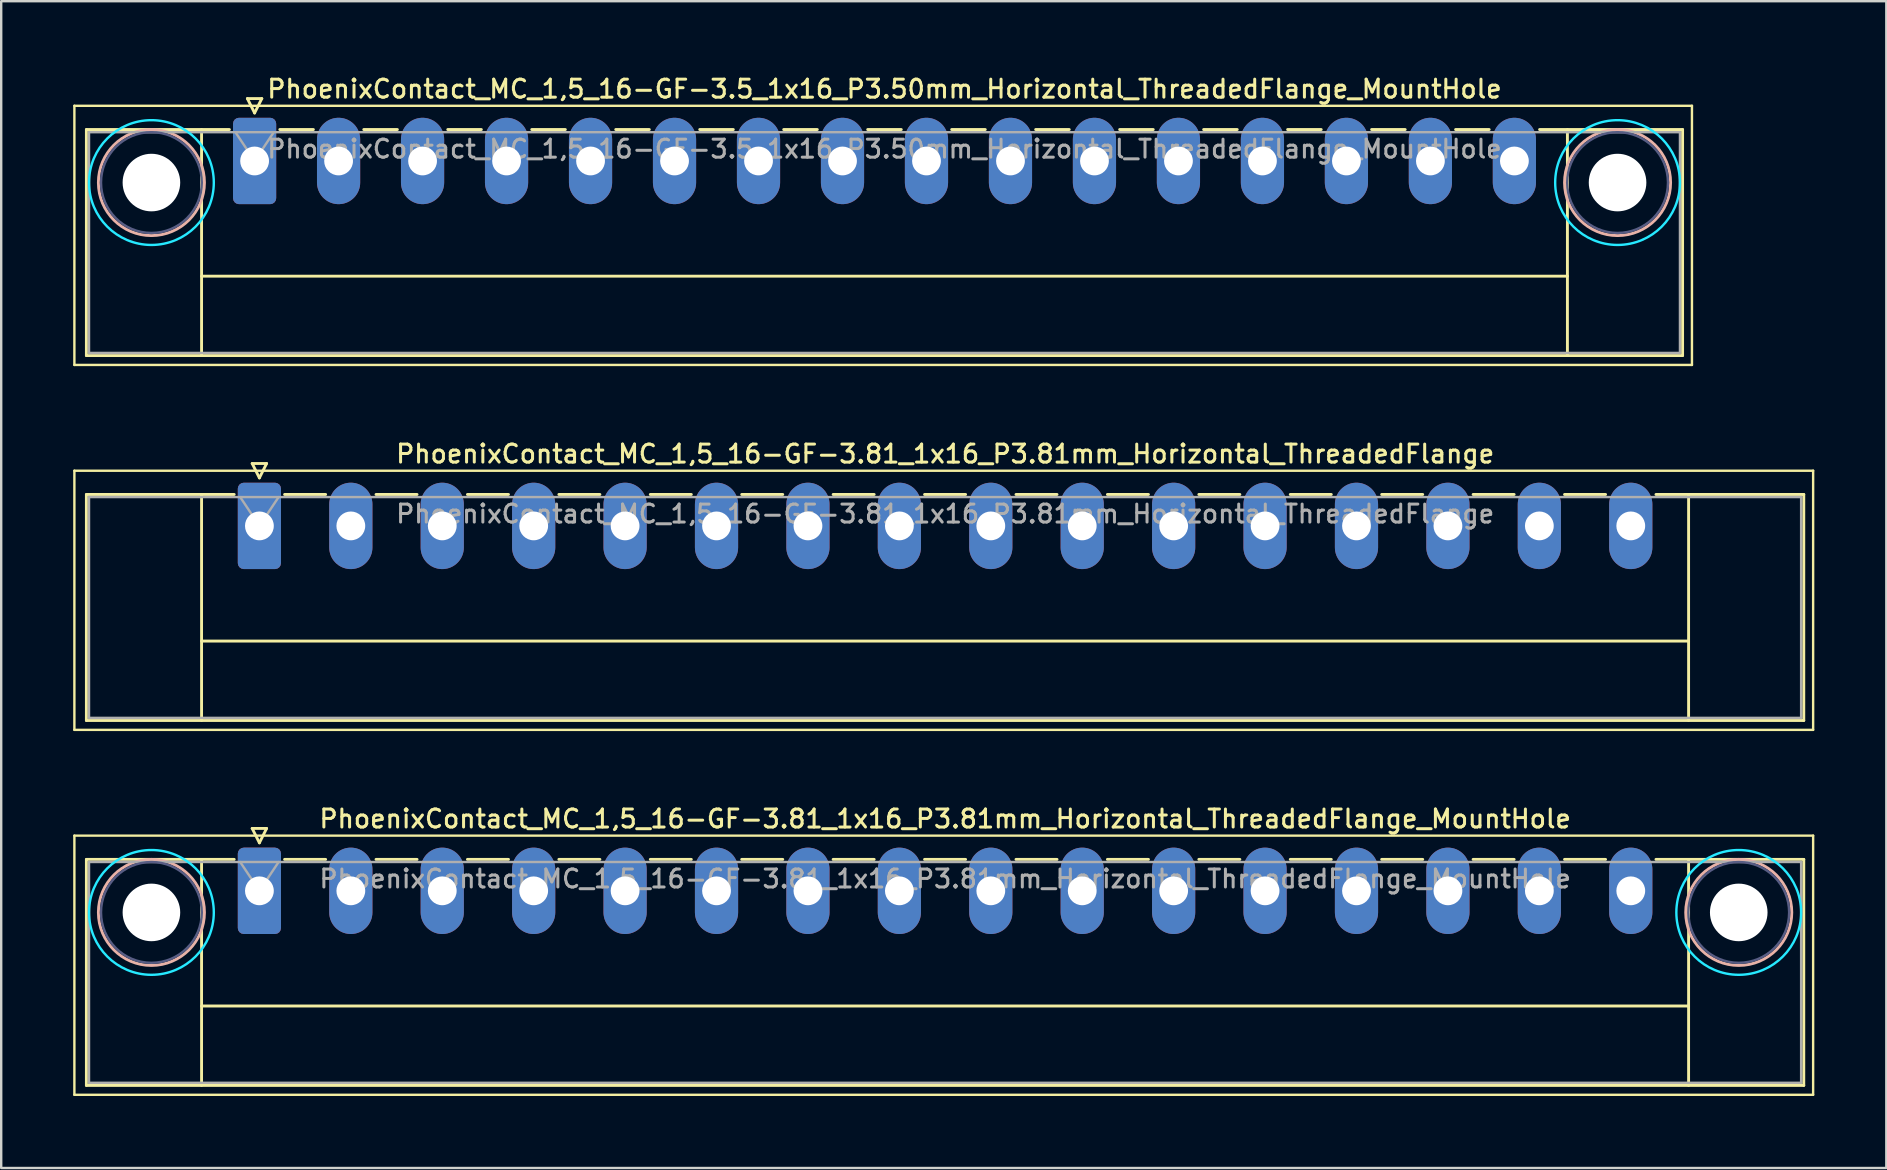
<source format=kicad_pcb>
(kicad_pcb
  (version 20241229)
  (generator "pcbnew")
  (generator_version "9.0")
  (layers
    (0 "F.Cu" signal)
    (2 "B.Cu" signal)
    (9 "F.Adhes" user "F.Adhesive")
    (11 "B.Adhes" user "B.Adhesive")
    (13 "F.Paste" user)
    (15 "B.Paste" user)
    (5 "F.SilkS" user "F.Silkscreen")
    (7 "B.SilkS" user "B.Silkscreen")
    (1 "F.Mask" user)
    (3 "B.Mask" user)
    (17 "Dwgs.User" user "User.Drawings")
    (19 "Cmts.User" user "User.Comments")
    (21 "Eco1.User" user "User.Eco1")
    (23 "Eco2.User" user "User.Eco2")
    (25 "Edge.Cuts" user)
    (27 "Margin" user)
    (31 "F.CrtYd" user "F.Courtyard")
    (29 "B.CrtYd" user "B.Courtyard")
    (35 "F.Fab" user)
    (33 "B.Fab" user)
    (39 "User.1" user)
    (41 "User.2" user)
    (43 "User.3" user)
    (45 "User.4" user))
  (footprint "PhoenixContact_MC_1,5_16-GF-3.5_1x16_P3.50mm_Horizontal_ThreadedFlange_MountHole"
    (layer "F.Cu")
    (at 7.56 3.658)
    (property "Reference" "PhoenixContact_MC_1,5_16-GF-3.5_1x16_P3.50mm_Horizontal_ThreadedFlange_MountHole" (at 26.25 -3 0) (layer "F.SilkS") (effects (font (size 0.75 0.75) (thickness 0.125))))
    (attr through_hole)
    (fp_line (start -7.51 -2.3) (end -7.51 8.5) (stroke (width 0.1) (type solid)) (layer "F.SilkS"))
    (fp_line (start -7.51 8.5) (end 59.9 8.5) (stroke (width 0.1) (type solid)) (layer "F.SilkS"))
    (fp_line (start -7.01 -1.31) (end -7.01 8.11) (stroke (width 0.12) (type solid)) (layer "F.SilkS"))
    (fp_line (start -7.01 -1.31) (end -1.05 -1.31) (stroke (width 0.12) (type solid)) (layer "F.SilkS"))
    (fp_line (start -7.01 8.11) (end 59.51 8.11) (stroke (width 0.12) (type solid)) (layer "F.SilkS"))
    (fp_line (start -2.21 -1.31) (end -2.21 8.11) (stroke (width 0.12) (type solid)) (layer "F.SilkS"))
    (fp_line (start -2.21 4.8) (end 54.71 4.8) (stroke (width 0.12) (type solid)) (layer "F.SilkS"))
    (fp_line (start -0.3 -2.6) (end 0.3 -2.6) (stroke (width 0.12) (type solid)) (layer "F.SilkS"))
    (fp_line (start 0 -2) (end -0.3 -2.6) (stroke (width 0.12) (type solid)) (layer "F.SilkS"))
    (fp_line (start 0.3 -2.6) (end 0 -2) (stroke (width 0.12) (type solid)) (layer "F.SilkS"))
    (fp_line (start 1.05 -1.31) (end 2.45 -1.31) (stroke (width 0.12) (type solid)) (layer "F.SilkS"))
    (fp_line (start 4.55 -1.31) (end 5.95 -1.31) (stroke (width 0.12) (type solid)) (layer "F.SilkS"))
    (fp_line (start 8.05 -1.31) (end 9.45 -1.31) (stroke (width 0.12) (type solid)) (layer "F.SilkS"))
    (fp_line (start 11.55 -1.31) (end 12.95 -1.31) (stroke (width 0.12) (type solid)) (layer "F.SilkS"))
    (fp_line (start 15.05 -1.31) (end 16.45 -1.31) (stroke (width 0.12) (type solid)) (layer "F.SilkS"))
    (fp_line (start 18.55 -1.31) (end 19.95 -1.31) (stroke (width 0.12) (type solid)) (layer "F.SilkS"))
    (fp_line (start 22.05 -1.31) (end 23.45 -1.31) (stroke (width 0.12) (type solid)) (layer "F.SilkS"))
    (fp_line (start 25.55 -1.31) (end 26.95 -1.31) (stroke (width 0.12) (type solid)) (layer "F.SilkS"))
    (fp_line (start 29.05 -1.31) (end 30.45 -1.31) (stroke (width 0.12) (type solid)) (layer "F.SilkS"))
    (fp_line (start 32.55 -1.31) (end 33.95 -1.31) (stroke (width 0.12) (type solid)) (layer "F.SilkS"))
    (fp_line (start 36.05 -1.31) (end 37.45 -1.31) (stroke (width 0.12) (type solid)) (layer "F.SilkS"))
    (fp_line (start 39.55 -1.31) (end 40.95 -1.31) (stroke (width 0.12) (type solid)) (layer "F.SilkS"))
    (fp_line (start 43.05 -1.31) (end 44.45 -1.31) (stroke (width 0.12) (type solid)) (layer "F.SilkS"))
    (fp_line (start 46.55 -1.31) (end 47.95 -1.31) (stroke (width 0.12) (type solid)) (layer "F.SilkS"))
    (fp_line (start 50.05 -1.31) (end 51.45 -1.31) (stroke (width 0.12) (type solid)) (layer "F.SilkS"))
    (fp_line (start 54.71 -1.31) (end 54.71 8.11) (stroke (width 0.12) (type solid)) (layer "F.SilkS"))
    (fp_line (start 59.51 -1.31) (end 53.55 -1.31) (stroke (width 0.12) (type solid)) (layer "F.SilkS"))
    (fp_line (start 59.51 8.11) (end 59.51 -1.31) (stroke (width 0.12) (type solid)) (layer "F.SilkS"))
    (fp_line (start 59.9 -2.3) (end -7.51 -2.3) (stroke (width 0.1) (type solid)) (layer "F.SilkS"))
    (fp_line (start 59.9 8.5) (end 59.9 -2.3) (stroke (width 0.1) (type solid)) (layer "F.SilkS"))
    (fp_circle (center -4.3 0.9) (end -2.09 0.9) (stroke (width 0.12) (type solid)) (fill no) (layer "B.SilkS"))
    (fp_circle (center 56.8 0.9) (end 59.01 0.9) (stroke (width 0.12) (type solid)) (fill no) (layer "B.SilkS"))
    (fp_circle (center -4.3 0.9) (end -1.7 0.9) (stroke (width 0.1) (type solid)) (fill no) (layer "B.CrtYd"))
    (fp_circle (center 56.8 0.9) (end 59.4 0.9) (stroke (width 0.1) (type solid)) (fill no) (layer "B.CrtYd"))
    (fp_circle (center -4.3 0.9) (end -2.2 0.9) (stroke (width 0.1) (type solid)) (fill no) (layer "B.Fab"))
    (fp_circle (center 56.8 0.9) (end 58.9 0.9) (stroke (width 0.1) (type solid)) (fill no) (layer "B.Fab"))
    (fp_line (start -6.9 -1.2) (end -6.9 8) (stroke (width 0.1) (type solid)) (layer "F.Fab"))
    (fp_line (start -6.9 8) (end 59.4 8) (stroke (width 0.1) (type solid)) (layer "F.Fab"))
    (fp_line (start 0 0) (end -0.8 -1.2) (stroke (width 0.1) (type solid)) (layer "F.Fab"))
    (fp_line (start 0.8 -1.2) (end 0 0) (stroke (width 0.1) (type solid)) (layer "F.Fab"))
    (fp_line (start 59.4 -1.2) (end -6.9 -1.2) (stroke (width 0.1) (type solid)) (layer "F.Fab"))
    (fp_line (start 59.4 8) (end 59.4 -1.2) (stroke (width 0.1) (type solid)) (layer "F.Fab"))
    (fp_text user "${REFERENCE}" (at 26.25 -0.5 0) (layer "F.Fab") (effects (font (size 0.75 0.75) (thickness 0.125))))
    (pad "" np_thru_hole circle (at -4.3 0.9) (size 2.4 2.4) (drill 2.4) (layers "*.Cu" "*.Mask"))
    (pad "" np_thru_hole circle (at 56.8 0.9) (size 2.4 2.4) (drill 2.4) (layers "*.Cu" "*.Mask"))
    (pad "1" thru_hole roundrect (at 0 0) (size 1.8 3.6) (drill 1.2) (layers "*.Cu" "*.Mask") (roundrect_rratio 0.139))
    (pad "2" thru_hole oval (at 3.5 0) (size 1.8 3.6) (drill 1.2) (layers "*.Cu" "*.Mask"))
    (pad "3" thru_hole oval (at 7 0) (size 1.8 3.6) (drill 1.2) (layers "*.Cu" "*.Mask"))
    (pad "4" thru_hole oval (at 10.5 0) (size 1.8 3.6) (drill 1.2) (layers "*.Cu" "*.Mask"))
    (pad "5" thru_hole oval (at 14 0) (size 1.8 3.6) (drill 1.2) (layers "*.Cu" "*.Mask"))
    (pad "6" thru_hole oval (at 17.5 0) (size 1.8 3.6) (drill 1.2) (layers "*.Cu" "*.Mask"))
    (pad "7" thru_hole oval (at 21 0) (size 1.8 3.6) (drill 1.2) (layers "*.Cu" "*.Mask"))
    (pad "8" thru_hole oval (at 24.5 0) (size 1.8 3.6) (drill 1.2) (layers "*.Cu" "*.Mask"))
    (pad "9" thru_hole oval (at 28 0) (size 1.8 3.6) (drill 1.2) (layers "*.Cu" "*.Mask"))
    (pad "10" thru_hole oval (at 31.5 0) (size 1.8 3.6) (drill 1.2) (layers "*.Cu" "*.Mask"))
    (pad "11" thru_hole oval (at 35 0) (size 1.8 3.6) (drill 1.2) (layers "*.Cu" "*.Mask"))
    (pad "12" thru_hole oval (at 38.5 0) (size 1.8 3.6) (drill 1.2) (layers "*.Cu" "*.Mask"))
    (pad "13" thru_hole oval (at 42 0) (size 1.8 3.6) (drill 1.2) (layers "*.Cu" "*.Mask"))
    (pad "14" thru_hole oval (at 45.5 0) (size 1.8 3.6) (drill 1.2) (layers "*.Cu" "*.Mask"))
    (pad "15" thru_hole oval (at 49 0) (size 1.8 3.6) (drill 1.2) (layers "*.Cu" "*.Mask"))
    (pad "16" thru_hole oval (at 52.5 0) (size 1.8 3.6) (drill 1.2) (layers "*.Cu" "*.Mask")))
  (footprint "PhoenixContact_MC_1,5_16-GF-3.81_1x16_P3.81mm_Horizontal_ThreadedFlange"
    (layer "F.Cu")
    (at 7.76 18.866)
    (property "Reference" "PhoenixContact_MC_1,5_16-GF-3.81_1x16_P3.81mm_Horizontal_ThreadedFlange" (at 28.58 -3 0) (layer "F.SilkS") (effects (font (size 0.75 0.75) (thickness 0.125))))
    (attr through_hole)
    (fp_line (start -7.71 -2.3) (end -7.71 8.5) (stroke (width 0.1) (type solid)) (layer "F.SilkS"))
    (fp_line (start -7.71 8.5) (end 64.75 8.5) (stroke (width 0.1) (type solid)) (layer "F.SilkS"))
    (fp_line (start -7.21 -1.31) (end -7.21 8.11) (stroke (width 0.12) (type solid)) (layer "F.SilkS"))
    (fp_line (start -7.21 -1.31) (end -1.05 -1.31) (stroke (width 0.12) (type solid)) (layer "F.SilkS"))
    (fp_line (start -7.21 8.11) (end 64.36 8.11) (stroke (width 0.12) (type solid)) (layer "F.SilkS"))
    (fp_line (start -2.41 -1.31) (end -2.41 8.11) (stroke (width 0.12) (type solid)) (layer "F.SilkS"))
    (fp_line (start -2.41 4.8) (end 59.56 4.8) (stroke (width 0.12) (type solid)) (layer "F.SilkS"))
    (fp_line (start -0.3 -2.6) (end 0.3 -2.6) (stroke (width 0.12) (type solid)) (layer "F.SilkS"))
    (fp_line (start 0 -2) (end -0.3 -2.6) (stroke (width 0.12) (type solid)) (layer "F.SilkS"))
    (fp_line (start 0.3 -2.6) (end 0 -2) (stroke (width 0.12) (type solid)) (layer "F.SilkS"))
    (fp_line (start 1.05 -1.31) (end 2.76 -1.31) (stroke (width 0.12) (type solid)) (layer "F.SilkS"))
    (fp_line (start 4.86 -1.31) (end 6.57 -1.31) (stroke (width 0.12) (type solid)) (layer "F.SilkS"))
    (fp_line (start 8.67 -1.31) (end 10.38 -1.31) (stroke (width 0.12) (type solid)) (layer "F.SilkS"))
    (fp_line (start 12.48 -1.31) (end 14.19 -1.31) (stroke (width 0.12) (type solid)) (layer "F.SilkS"))
    (fp_line (start 16.29 -1.31) (end 18 -1.31) (stroke (width 0.12) (type solid)) (layer "F.SilkS"))
    (fp_line (start 20.1 -1.31) (end 21.81 -1.31) (stroke (width 0.12) (type solid)) (layer "F.SilkS"))
    (fp_line (start 23.91 -1.31) (end 25.62 -1.31) (stroke (width 0.12) (type solid)) (layer "F.SilkS"))
    (fp_line (start 27.72 -1.31) (end 29.43 -1.31) (stroke (width 0.12) (type solid)) (layer "F.SilkS"))
    (fp_line (start 31.53 -1.31) (end 33.24 -1.31) (stroke (width 0.12) (type solid)) (layer "F.SilkS"))
    (fp_line (start 35.34 -1.31) (end 37.05 -1.31) (stroke (width 0.12) (type solid)) (layer "F.SilkS"))
    (fp_line (start 39.15 -1.31) (end 40.86 -1.31) (stroke (width 0.12) (type solid)) (layer "F.SilkS"))
    (fp_line (start 42.96 -1.31) (end 44.67 -1.31) (stroke (width 0.12) (type solid)) (layer "F.SilkS"))
    (fp_line (start 46.77 -1.31) (end 48.48 -1.31) (stroke (width 0.12) (type solid)) (layer "F.SilkS"))
    (fp_line (start 50.58 -1.31) (end 52.29 -1.31) (stroke (width 0.12) (type solid)) (layer "F.SilkS"))
    (fp_line (start 54.39 -1.31) (end 56.1 -1.31) (stroke (width 0.12) (type solid)) (layer "F.SilkS"))
    (fp_line (start 59.56 -1.31) (end 59.56 8.11) (stroke (width 0.12) (type solid)) (layer "F.SilkS"))
    (fp_line (start 64.36 -1.31) (end 58.2 -1.31) (stroke (width 0.12) (type solid)) (layer "F.SilkS"))
    (fp_line (start 64.36 8.11) (end 64.36 -1.31) (stroke (width 0.12) (type solid)) (layer "F.SilkS"))
    (fp_line (start 64.75 -2.3) (end -7.71 -2.3) (stroke (width 0.1) (type solid)) (layer "F.SilkS"))
    (fp_line (start 64.75 8.5) (end 64.75 -2.3) (stroke (width 0.1) (type solid)) (layer "F.SilkS"))
    (fp_line (start -7.1 -1.2) (end -7.1 8) (stroke (width 0.1) (type solid)) (layer "F.Fab"))
    (fp_line (start -7.1 8) (end 64.25 8) (stroke (width 0.1) (type solid)) (layer "F.Fab"))
    (fp_line (start 0 0) (end -0.8 -1.2) (stroke (width 0.1) (type solid)) (layer "F.Fab"))
    (fp_line (start 0.8 -1.2) (end 0 0) (stroke (width 0.1) (type solid)) (layer "F.Fab"))
    (fp_line (start 64.25 -1.2) (end -7.1 -1.2) (stroke (width 0.1) (type solid)) (layer "F.Fab"))
    (fp_line (start 64.25 8) (end 64.25 -1.2) (stroke (width 0.1) (type solid)) (layer "F.Fab"))
    (fp_text user "${REFERENCE}" (at 28.58 -0.5 0) (layer "F.Fab") (effects (font (size 0.75 0.75) (thickness 0.125))))
    (pad "1" thru_hole roundrect (at 0 0) (size 1.8 3.6) (drill 1.2) (layers "*.Cu" "*.Mask") (roundrect_rratio 0.139))
    (pad "2" thru_hole oval (at 3.81 0) (size 1.8 3.6) (drill 1.2) (layers "*.Cu" "*.Mask"))
    (pad "3" thru_hole oval (at 7.62 0) (size 1.8 3.6) (drill 1.2) (layers "*.Cu" "*.Mask"))
    (pad "4" thru_hole oval (at 11.43 0) (size 1.8 3.6) (drill 1.2) (layers "*.Cu" "*.Mask"))
    (pad "5" thru_hole oval (at 15.24 0) (size 1.8 3.6) (drill 1.2) (layers "*.Cu" "*.Mask"))
    (pad "6" thru_hole oval (at 19.05 0) (size 1.8 3.6) (drill 1.2) (layers "*.Cu" "*.Mask"))
    (pad "7" thru_hole oval (at 22.86 0) (size 1.8 3.6) (drill 1.2) (layers "*.Cu" "*.Mask"))
    (pad "8" thru_hole oval (at 26.67 0) (size 1.8 3.6) (drill 1.2) (layers "*.Cu" "*.Mask"))
    (pad "9" thru_hole oval (at 30.48 0) (size 1.8 3.6) (drill 1.2) (layers "*.Cu" "*.Mask"))
    (pad "10" thru_hole oval (at 34.29 0) (size 1.8 3.6) (drill 1.2) (layers "*.Cu" "*.Mask"))
    (pad "11" thru_hole oval (at 38.1 0) (size 1.8 3.6) (drill 1.2) (layers "*.Cu" "*.Mask"))
    (pad "12" thru_hole oval (at 41.91 0) (size 1.8 3.6) (drill 1.2) (layers "*.Cu" "*.Mask"))
    (pad "13" thru_hole oval (at 45.72 0) (size 1.8 3.6) (drill 1.2) (layers "*.Cu" "*.Mask"))
    (pad "14" thru_hole oval (at 49.53 0) (size 1.8 3.6) (drill 1.2) (layers "*.Cu" "*.Mask"))
    (pad "15" thru_hole oval (at 53.34 0) (size 1.8 3.6) (drill 1.2) (layers "*.Cu" "*.Mask"))
    (pad "16" thru_hole oval (at 57.15 0) (size 1.8 3.6) (drill 1.2) (layers "*.Cu" "*.Mask")))
  (footprint "PhoenixContact_MC_1,5_16-GF-3.81_1x16_P3.81mm_Horizontal_ThreadedFlange_MountHole"
    (layer "F.Cu")
    (at 7.76 34.074)
    (property "Reference" "PhoenixContact_MC_1,5_16-GF-3.81_1x16_P3.81mm_Horizontal_ThreadedFlange_MountHole" (at 28.58 -3 0) (layer "F.SilkS") (effects (font (size 0.75 0.75) (thickness 0.125))))
    (attr through_hole)
    (fp_line (start -7.71 -2.3) (end -7.71 8.5) (stroke (width 0.1) (type solid)) (layer "F.SilkS"))
    (fp_line (start -7.71 8.5) (end 64.75 8.5) (stroke (width 0.1) (type solid)) (layer "F.SilkS"))
    (fp_line (start -7.21 -1.31) (end -7.21 8.11) (stroke (width 0.12) (type solid)) (layer "F.SilkS"))
    (fp_line (start -7.21 -1.31) (end -1.05 -1.31) (stroke (width 0.12) (type solid)) (layer "F.SilkS"))
    (fp_line (start -7.21 8.11) (end 64.36 8.11) (stroke (width 0.12) (type solid)) (layer "F.SilkS"))
    (fp_line (start -2.41 -1.31) (end -2.41 8.11) (stroke (width 0.12) (type solid)) (layer "F.SilkS"))
    (fp_line (start -2.41 4.8) (end 59.56 4.8) (stroke (width 0.12) (type solid)) (layer "F.SilkS"))
    (fp_line (start -0.3 -2.6) (end 0.3 -2.6) (stroke (width 0.12) (type solid)) (layer "F.SilkS"))
    (fp_line (start 0 -2) (end -0.3 -2.6) (stroke (width 0.12) (type solid)) (layer "F.SilkS"))
    (fp_line (start 0.3 -2.6) (end 0 -2) (stroke (width 0.12) (type solid)) (layer "F.SilkS"))
    (fp_line (start 1.05 -1.31) (end 2.76 -1.31) (stroke (width 0.12) (type solid)) (layer "F.SilkS"))
    (fp_line (start 4.86 -1.31) (end 6.57 -1.31) (stroke (width 0.12) (type solid)) (layer "F.SilkS"))
    (fp_line (start 8.67 -1.31) (end 10.38 -1.31) (stroke (width 0.12) (type solid)) (layer "F.SilkS"))
    (fp_line (start 12.48 -1.31) (end 14.19 -1.31) (stroke (width 0.12) (type solid)) (layer "F.SilkS"))
    (fp_line (start 16.29 -1.31) (end 18 -1.31) (stroke (width 0.12) (type solid)) (layer "F.SilkS"))
    (fp_line (start 20.1 -1.31) (end 21.81 -1.31) (stroke (width 0.12) (type solid)) (layer "F.SilkS"))
    (fp_line (start 23.91 -1.31) (end 25.62 -1.31) (stroke (width 0.12) (type solid)) (layer "F.SilkS"))
    (fp_line (start 27.72 -1.31) (end 29.43 -1.31) (stroke (width 0.12) (type solid)) (layer "F.SilkS"))
    (fp_line (start 31.53 -1.31) (end 33.24 -1.31) (stroke (width 0.12) (type solid)) (layer "F.SilkS"))
    (fp_line (start 35.34 -1.31) (end 37.05 -1.31) (stroke (width 0.12) (type solid)) (layer "F.SilkS"))
    (fp_line (start 39.15 -1.31) (end 40.86 -1.31) (stroke (width 0.12) (type solid)) (layer "F.SilkS"))
    (fp_line (start 42.96 -1.31) (end 44.67 -1.31) (stroke (width 0.12) (type solid)) (layer "F.SilkS"))
    (fp_line (start 46.77 -1.31) (end 48.48 -1.31) (stroke (width 0.12) (type solid)) (layer "F.SilkS"))
    (fp_line (start 50.58 -1.31) (end 52.29 -1.31) (stroke (width 0.12) (type solid)) (layer "F.SilkS"))
    (fp_line (start 54.39 -1.31) (end 56.1 -1.31) (stroke (width 0.12) (type solid)) (layer "F.SilkS"))
    (fp_line (start 59.56 -1.31) (end 59.56 8.11) (stroke (width 0.12) (type solid)) (layer "F.SilkS"))
    (fp_line (start 64.36 -1.31) (end 58.2 -1.31) (stroke (width 0.12) (type solid)) (layer "F.SilkS"))
    (fp_line (start 64.36 8.11) (end 64.36 -1.31) (stroke (width 0.12) (type solid)) (layer "F.SilkS"))
    (fp_line (start 64.75 -2.3) (end -7.71 -2.3) (stroke (width 0.1) (type solid)) (layer "F.SilkS"))
    (fp_line (start 64.75 8.5) (end 64.75 -2.3) (stroke (width 0.1) (type solid)) (layer "F.SilkS"))
    (fp_circle (center -4.5 0.9) (end -2.29 0.9) (stroke (width 0.12) (type solid)) (fill no) (layer "B.SilkS"))
    (fp_circle (center 61.65 0.9) (end 63.86 0.9) (stroke (width 0.12) (type solid)) (fill no) (layer "B.SilkS"))
    (fp_circle (center -4.5 0.9) (end -1.9 0.9) (stroke (width 0.1) (type solid)) (fill no) (layer "B.CrtYd"))
    (fp_circle (center 61.65 0.9) (end 64.25 0.9) (stroke (width 0.1) (type solid)) (fill no) (layer "B.CrtYd"))
    (fp_circle (center -4.5 0.9) (end -2.4 0.9) (stroke (width 0.1) (type solid)) (fill no) (layer "B.Fab"))
    (fp_circle (center 61.65 0.9) (end 63.75 0.9) (stroke (width 0.1) (type solid)) (fill no) (layer "B.Fab"))
    (fp_line (start -7.1 -1.2) (end -7.1 8) (stroke (width 0.1) (type solid)) (layer "F.Fab"))
    (fp_line (start -7.1 8) (end 64.25 8) (stroke (width 0.1) (type solid)) (layer "F.Fab"))
    (fp_line (start 0 0) (end -0.8 -1.2) (stroke (width 0.1) (type solid)) (layer "F.Fab"))
    (fp_line (start 0.8 -1.2) (end 0 0) (stroke (width 0.1) (type solid)) (layer "F.Fab"))
    (fp_line (start 64.25 -1.2) (end -7.1 -1.2) (stroke (width 0.1) (type solid)) (layer "F.Fab"))
    (fp_line (start 64.25 8) (end 64.25 -1.2) (stroke (width 0.1) (type solid)) (layer "F.Fab"))
    (fp_text user "${REFERENCE}" (at 28.58 -0.5 0) (layer "F.Fab") (effects (font (size 0.75 0.75) (thickness 0.125))))
    (pad "" np_thru_hole circle (at -4.5 0.9) (size 2.4 2.4) (drill 2.4) (layers "*.Cu" "*.Mask"))
    (pad "" np_thru_hole circle (at 61.65 0.9) (size 2.4 2.4) (drill 2.4) (layers "*.Cu" "*.Mask"))
    (pad "1" thru_hole roundrect (at 0 0) (size 1.8 3.6) (drill 1.2) (layers "*.Cu" "*.Mask") (roundrect_rratio 0.139))
    (pad "2" thru_hole oval (at 3.81 0) (size 1.8 3.6) (drill 1.2) (layers "*.Cu" "*.Mask"))
    (pad "3" thru_hole oval (at 7.62 0) (size 1.8 3.6) (drill 1.2) (layers "*.Cu" "*.Mask"))
    (pad "4" thru_hole oval (at 11.43 0) (size 1.8 3.6) (drill 1.2) (layers "*.Cu" "*.Mask"))
    (pad "5" thru_hole oval (at 15.24 0) (size 1.8 3.6) (drill 1.2) (layers "*.Cu" "*.Mask"))
    (pad "6" thru_hole oval (at 19.05 0) (size 1.8 3.6) (drill 1.2) (layers "*.Cu" "*.Mask"))
    (pad "7" thru_hole oval (at 22.86 0) (size 1.8 3.6) (drill 1.2) (layers "*.Cu" "*.Mask"))
    (pad "8" thru_hole oval (at 26.67 0) (size 1.8 3.6) (drill 1.2) (layers "*.Cu" "*.Mask"))
    (pad "9" thru_hole oval (at 30.48 0) (size 1.8 3.6) (drill 1.2) (layers "*.Cu" "*.Mask"))
    (pad "10" thru_hole oval (at 34.29 0) (size 1.8 3.6) (drill 1.2) (layers "*.Cu" "*.Mask"))
    (pad "11" thru_hole oval (at 38.1 0) (size 1.8 3.6) (drill 1.2) (layers "*.Cu" "*.Mask"))
    (pad "12" thru_hole oval (at 41.91 0) (size 1.8 3.6) (drill 1.2) (layers "*.Cu" "*.Mask"))
    (pad "13" thru_hole oval (at 45.72 0) (size 1.8 3.6) (drill 1.2) (layers "*.Cu" "*.Mask"))
    (pad "14" thru_hole oval (at 49.53 0) (size 1.8 3.6) (drill 1.2) (layers "*.Cu" "*.Mask"))
    (pad "15" thru_hole oval (at 53.34 0) (size 1.8 3.6) (drill 1.2) (layers "*.Cu" "*.Mask"))
    (pad "16" thru_hole oval (at 57.15 0) (size 1.8 3.6) (drill 1.2) (layers "*.Cu" "*.Mask")))
  (gr_rect
    (start -3 -3)
    (end 75.56 45.624)
    (stroke (width 0.1) (type default))
    (fill no)
    (layer "Edge.Cuts")))
</source>
